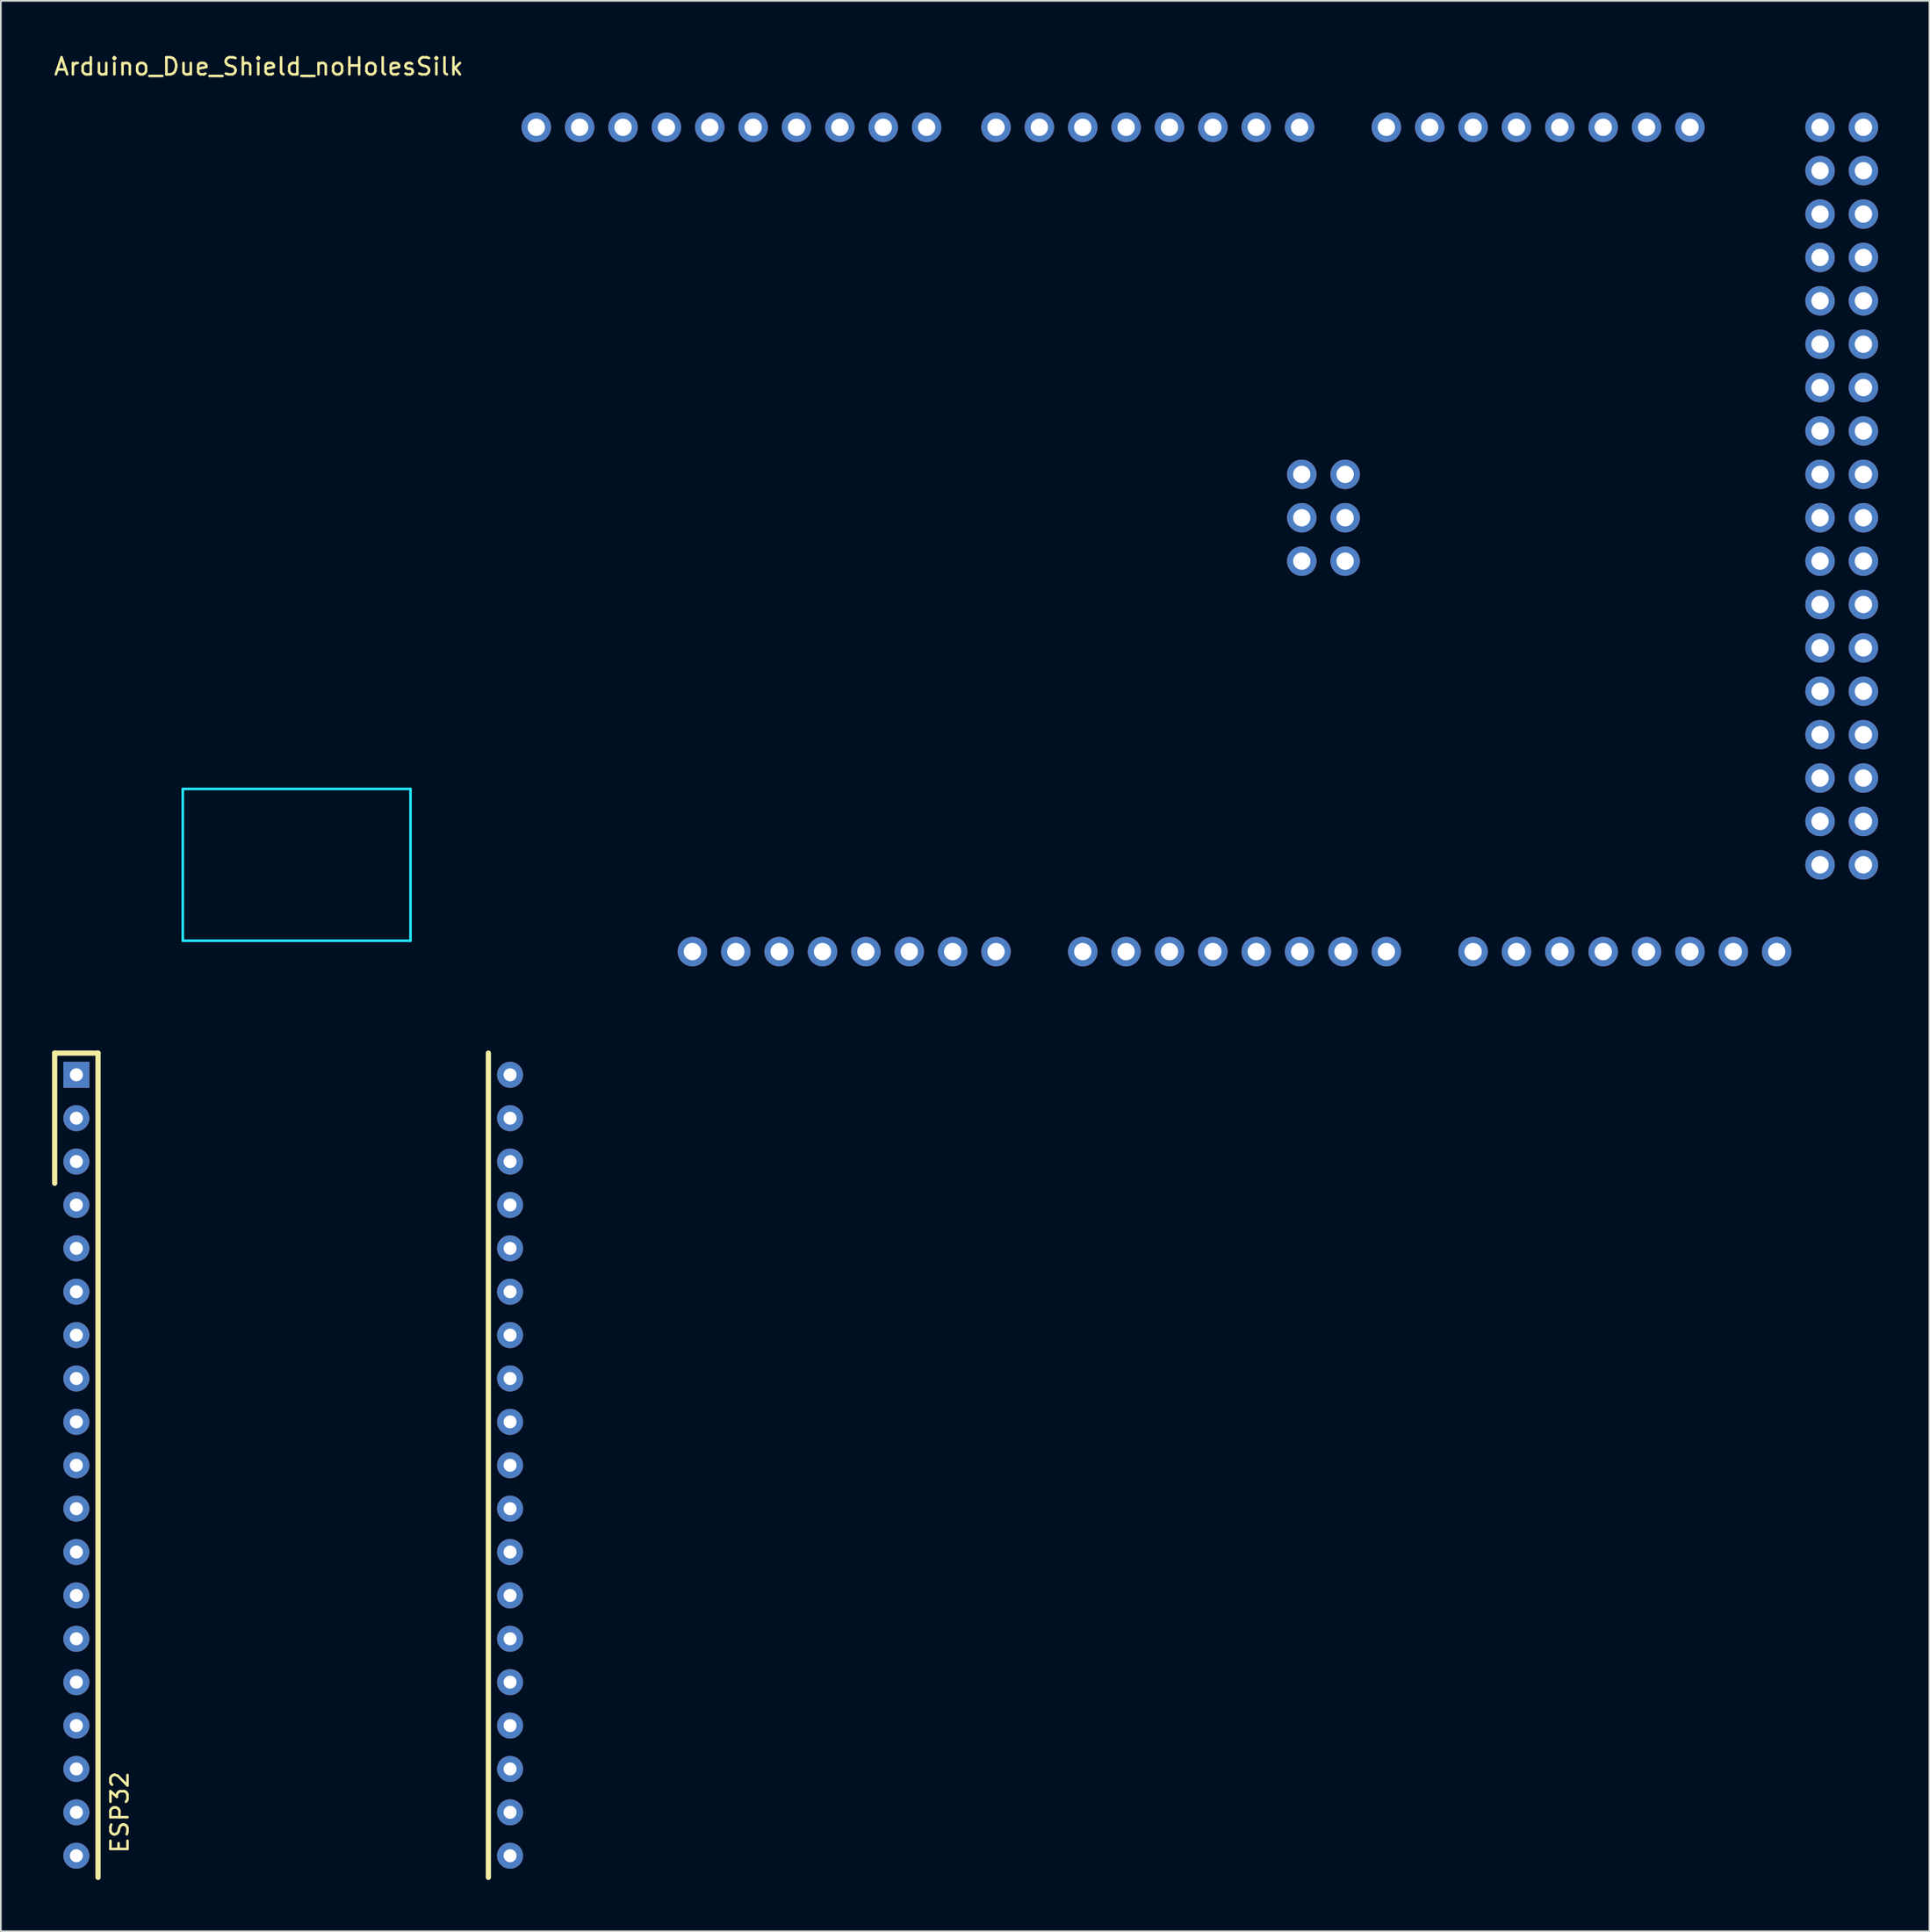
<source format=kicad_pcb>
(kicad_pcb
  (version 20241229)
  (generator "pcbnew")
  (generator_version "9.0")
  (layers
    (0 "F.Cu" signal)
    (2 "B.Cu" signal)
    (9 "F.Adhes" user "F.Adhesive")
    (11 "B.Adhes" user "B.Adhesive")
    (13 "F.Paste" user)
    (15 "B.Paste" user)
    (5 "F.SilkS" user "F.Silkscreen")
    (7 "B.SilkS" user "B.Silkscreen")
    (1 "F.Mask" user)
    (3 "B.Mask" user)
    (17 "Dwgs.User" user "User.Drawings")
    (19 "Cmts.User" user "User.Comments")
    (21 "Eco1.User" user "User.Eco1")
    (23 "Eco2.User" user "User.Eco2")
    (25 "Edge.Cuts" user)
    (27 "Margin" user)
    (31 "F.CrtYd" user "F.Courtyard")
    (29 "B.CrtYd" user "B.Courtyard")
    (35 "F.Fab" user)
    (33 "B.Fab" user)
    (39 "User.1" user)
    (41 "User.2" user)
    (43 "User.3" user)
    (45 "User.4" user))
  (footprint "ESP32"
    (layer "F.Cu")
    (at 14.122 82.737)
    (property "Reference" "ESP32" (at -10.16 20.32 90) (layer "F.SilkS") (effects (font (size 1 1) (thickness 0.15))))
    (attr through_hole)
    (fp_line (start -13.97 -24.13) (end -13.97 -16.51) (stroke (width 0.305) (type solid)) (layer "F.SilkS"))
    (fp_line (start -11.43 -24.13) (end -13.97 -24.13) (stroke (width 0.305) (type solid)) (layer "F.SilkS"))
    (fp_line (start -11.43 -24.13) (end -11.43 24.13) (stroke (width 0.305) (type solid)) (layer "F.SilkS"))
    (fp_line (start 11.43 24.13) (end 11.43 -24.13) (stroke (width 0.305) (type solid)) (layer "F.SilkS"))
    (pad "1" thru_hole rect (at -12.7 -22.86) (size 1.524 1.524) (drill 0.762) (layers "*.Cu" "*.Mask"))
    (pad "2" thru_hole circle (at -12.7 -20.32) (size 1.524 1.524) (drill 0.762) (layers "*.Cu" "*.Mask"))
    (pad "3" thru_hole circle (at -12.7 -17.78) (size 1.524 1.524) (drill 0.762) (layers "*.Cu" "*.Mask"))
    (pad "4" thru_hole circle (at -12.7 -15.24) (size 1.524 1.524) (drill 0.762) (layers "*.Cu" "*.Mask"))
    (pad "5" thru_hole circle (at -12.7 -12.7) (size 1.524 1.524) (drill 0.762) (layers "*.Cu" "*.Mask"))
    (pad "6" thru_hole circle (at -12.7 -10.16) (size 1.524 1.524) (drill 0.762) (layers "*.Cu" "*.Mask"))
    (pad "7" thru_hole circle (at -12.7 -7.62) (size 1.524 1.524) (drill 0.762) (layers "*.Cu" "*.Mask"))
    (pad "8" thru_hole circle (at -12.7 -5.08) (size 1.524 1.524) (drill 0.762) (layers "*.Cu" "*.Mask"))
    (pad "9" thru_hole circle (at -12.7 -2.54) (size 1.524 1.524) (drill 0.762) (layers "*.Cu" "*.Mask"))
    (pad "10" thru_hole circle (at -12.7 0) (size 1.524 1.524) (drill 0.762) (layers "*.Cu" "*.Mask"))
    (pad "11" thru_hole circle (at -12.7 2.54) (size 1.524 1.524) (drill 0.762) (layers "*.Cu" "*.Mask"))
    (pad "12" thru_hole circle (at -12.7 5.08) (size 1.524 1.524) (drill 0.762) (layers "*.Cu" "*.Mask"))
    (pad "13" thru_hole circle (at -12.7 7.62) (size 1.524 1.524) (drill 0.762) (layers "*.Cu" "*.Mask"))
    (pad "14" thru_hole circle (at -12.7 10.16) (size 1.524 1.524) (drill 0.762) (layers "*.Cu" "*.Mask"))
    (pad "15" thru_hole circle (at -12.7 12.7) (size 1.524 1.524) (drill 0.762) (layers "*.Cu" "*.Mask"))
    (pad "16" thru_hole circle (at -12.7 15.24) (size 1.524 1.524) (drill 0.762) (layers "*.Cu" "*.Mask"))
    (pad "17" thru_hole circle (at -12.7 17.78) (size 1.524 1.524) (drill 0.762) (layers "*.Cu" "*.Mask"))
    (pad "18" thru_hole circle (at -12.7 20.32) (size 1.524 1.524) (drill 0.762) (layers "*.Cu" "*.Mask"))
    (pad "19" thru_hole circle (at -12.7 22.86) (size 1.524 1.524) (drill 0.762) (layers "*.Cu" "*.Mask"))
    (pad "20" thru_hole circle (at 12.7 22.86) (size 1.524 1.524) (drill 0.762) (layers "*.Cu" "*.Mask"))
    (pad "21" thru_hole circle (at 12.7 20.32) (size 1.524 1.524) (drill 0.762) (layers "*.Cu" "*.Mask"))
    (pad "22" thru_hole circle (at 12.7 17.78) (size 1.524 1.524) (drill 0.762) (layers "*.Cu" "*.Mask"))
    (pad "23" thru_hole circle (at 12.7 15.24) (size 1.524 1.524) (drill 0.762) (layers "*.Cu" "*.Mask"))
    (pad "24" thru_hole circle (at 12.7 12.7) (size 1.524 1.524) (drill 0.762) (layers "*.Cu" "*.Mask"))
    (pad "25" thru_hole circle (at 12.7 10.16) (size 1.524 1.524) (drill 0.762) (layers "*.Cu" "*.Mask"))
    (pad "26" thru_hole circle (at 12.7 7.62) (size 1.524 1.524) (drill 0.762) (layers "*.Cu" "*.Mask"))
    (pad "27" thru_hole circle (at 12.7 5.08) (size 1.524 1.524) (drill 0.762) (layers "*.Cu" "*.Mask"))
    (pad "28" thru_hole circle (at 12.7 2.54) (size 1.524 1.524) (drill 0.762) (layers "*.Cu" "*.Mask"))
    (pad "29" thru_hole circle (at 12.7 0) (size 1.524 1.524) (drill 0.762) (layers "*.Cu" "*.Mask"))
    (pad "30" thru_hole circle (at 12.7 -2.54) (size 1.524 1.524) (drill 0.762) (layers "*.Cu" "*.Mask"))
    (pad "31" thru_hole circle (at 12.7 -5.08) (size 1.524 1.524) (drill 0.762) (layers "*.Cu" "*.Mask"))
    (pad "32" thru_hole circle (at 12.7 -7.62) (size 1.524 1.524) (drill 0.762) (layers "*.Cu" "*.Mask"))
    (pad "33" thru_hole circle (at 12.7 -10.16) (size 1.524 1.524) (drill 0.762) (layers "*.Cu" "*.Mask"))
    (pad "34" thru_hole circle (at 12.7 -12.7) (size 1.524 1.524) (drill 0.762) (layers "*.Cu" "*.Mask"))
    (pad "35" thru_hole circle (at 12.7 -15.24) (size 1.524 1.524) (drill 0.762) (layers "*.Cu" "*.Mask"))
    (pad "36" thru_hole circle (at 12.7 -17.78) (size 1.524 1.524) (drill 0.762) (layers "*.Cu" "*.Mask"))
    (pad "37" thru_hole circle (at 12.7 -20.32) (size 1.524 1.524) (drill 0.762) (layers "*.Cu" "*.Mask"))
    (pad "38" thru_hole circle (at 12.7 -22.86) (size 1.524 1.524) (drill 0.762) (layers "*.Cu" "*.Mask")))
  (footprint "Arduino_Due_Shield_noHolesSilk"
    (layer "F.Cu")
    (at 9.561 55.204)
    (property "Reference" "Arduino_Due_Shield_noHolesSilk" (at 2.54 -54.356 0) (layer "F.SilkS") (effects (font (size 1 1) (thickness 0.15))))
    (attr through_hole)
    (fp_line (start -1.905 -12.065) (end -1.905 -3.175) (stroke (width 0.15) (type solid)) (layer "B.CrtYd"))
    (fp_line (start -1.905 -12.065) (end 11.43 -12.065) (stroke (width 0.15) (type solid)) (layer "B.CrtYd"))
    (fp_line (start -1.905 -3.175) (end 11.43 -3.175) (stroke (width 0.15) (type solid)) (layer "B.CrtYd"))
    (fp_line (start 11.43 -12.065) (end 11.43 -3.175) (stroke (width 0.15) (type solid)) (layer "B.CrtYd"))
    (pad "" thru_hole oval (at 27.94 -2.54) (size 1.727 1.727) (drill 1.016) (layers "*.Cu" "*.Mask"))
    (pad "3V3" thru_hole oval (at 35.56 -2.54) (size 1.727 1.727) (drill 1.016) (layers "*.Cu" "*.Mask"))
    (pad "5V1" thru_hole oval (at 38.1 -2.54) (size 1.727 1.727) (drill 1.016) (layers "*.Cu" "*.Mask"))
    (pad "5V2" thru_hole oval (at 66.167 -30.48) (size 1.727 1.727) (drill 1.016) (layers "*.Cu" "*.Mask"))
    (pad "5V3" thru_hole oval (at 93.98 -50.8) (size 1.727 1.727) (drill 1.016) (layers "*.Cu" "*.Mask"))
    (pad "5V4" thru_hole oval (at 96.52 -50.8) (size 1.727 1.727) (drill 1.016) (layers "*.Cu" "*.Mask"))
    (pad "A0" thru_hole oval (at 50.8 -2.54) (size 1.727 1.727) (drill 1.016) (layers "*.Cu" "*.Mask"))
    (pad "A1" thru_hole oval (at 53.34 -2.54) (size 1.727 1.727) (drill 1.016) (layers "*.Cu" "*.Mask"))
    (pad "A2" thru_hole oval (at 55.88 -2.54) (size 1.727 1.727) (drill 1.016) (layers "*.Cu" "*.Mask"))
    (pad "A3" thru_hole oval (at 58.42 -2.54) (size 1.727 1.727) (drill 1.016) (layers "*.Cu" "*.Mask"))
    (pad "A4" thru_hole oval (at 60.96 -2.54) (size 1.727 1.727) (drill 1.016) (layers "*.Cu" "*.Mask"))
    (pad "A5" thru_hole oval (at 63.5 -2.54) (size 1.727 1.727) (drill 1.016) (layers "*.Cu" "*.Mask"))
    (pad "A6" thru_hole oval (at 66.04 -2.54) (size 1.727 1.727) (drill 1.016) (layers "*.Cu" "*.Mask"))
    (pad "A7" thru_hole oval (at 68.58 -2.54) (size 1.727 1.727) (drill 1.016) (layers "*.Cu" "*.Mask"))
    (pad "A8" thru_hole oval (at 73.66 -2.54) (size 1.727 1.727) (drill 1.016) (layers "*.Cu" "*.Mask"))
    (pad "A9" thru_hole oval (at 76.2 -2.54) (size 1.727 1.727) (drill 1.016) (layers "*.Cu" "*.Mask"))
    (pad "A10" thru_hole oval (at 78.74 -2.54) (size 1.727 1.727) (drill 1.016) (layers "*.Cu" "*.Mask"))
    (pad "A11" thru_hole oval (at 81.28 -2.54) (size 1.727 1.727) (drill 1.016) (layers "*.Cu" "*.Mask"))
    (pad "AREF" thru_hole oval (at 23.876 -50.8) (size 1.727 1.727) (drill 1.016) (layers "*.Cu" "*.Mask"))
    (pad "CANR" thru_hole oval (at 88.9 -2.54) (size 1.727 1.727) (drill 1.016) (layers "*.Cu" "*.Mask"))
    (pad "CANT" thru_hole oval (at 91.44 -2.54) (size 1.727 1.727) (drill 1.016) (layers "*.Cu" "*.Mask"))
    (pad "D0" thru_hole oval (at 63.5 -50.8) (size 1.727 1.727) (drill 1.016) (layers "*.Cu" "*.Mask"))
    (pad "D1" thru_hole oval (at 60.96 -50.8) (size 1.727 1.727) (drill 1.016) (layers "*.Cu" "*.Mask"))
    (pad "D2" thru_hole oval (at 58.42 -50.8) (size 1.727 1.727) (drill 1.016) (layers "*.Cu" "*.Mask"))
    (pad "D3" thru_hole oval (at 55.88 -50.8) (size 1.727 1.727) (drill 1.016) (layers "*.Cu" "*.Mask"))
    (pad "D4" thru_hole oval (at 53.34 -50.8) (size 1.727 1.727) (drill 1.016) (layers "*.Cu" "*.Mask"))
    (pad "D5" thru_hole oval (at 50.8 -50.8) (size 1.727 1.727) (drill 1.016) (layers "*.Cu" "*.Mask"))
    (pad "D6" thru_hole oval (at 48.26 -50.8) (size 1.727 1.727) (drill 1.016) (layers "*.Cu" "*.Mask"))
    (pad "D7" thru_hole oval (at 45.72 -50.8) (size 1.727 1.727) (drill 1.016) (layers "*.Cu" "*.Mask"))
    (pad "D8" thru_hole oval (at 41.656 -50.8) (size 1.727 1.727) (drill 1.016) (layers "*.Cu" "*.Mask"))
    (pad "D9" thru_hole oval (at 39.116 -50.8) (size 1.727 1.727) (drill 1.016) (layers "*.Cu" "*.Mask"))
    (pad "D10" thru_hole oval (at 36.576 -50.8) (size 1.727 1.727) (drill 1.016) (layers "*.Cu" "*.Mask"))
    (pad "D11" thru_hole oval (at 34.036 -50.8) (size 1.727 1.727) (drill 1.016) (layers "*.Cu" "*.Mask"))
    (pad "D12" thru_hole oval (at 31.496 -50.8) (size 1.727 1.727) (drill 1.016) (layers "*.Cu" "*.Mask"))
    (pad "D13" thru_hole oval (at 28.956 -50.8) (size 1.727 1.727) (drill 1.016) (layers "*.Cu" "*.Mask"))
    (pad "D14" thru_hole oval (at 68.58 -50.8) (size 1.727 1.727) (drill 1.016) (layers "*.Cu" "*.Mask"))
    (pad "D15" thru_hole oval (at 71.12 -50.8) (size 1.727 1.727) (drill 1.016) (layers "*.Cu" "*.Mask"))
    (pad "D16" thru_hole oval (at 73.66 -50.8) (size 1.727 1.727) (drill 1.016) (layers "*.Cu" "*.Mask"))
    (pad "D17" thru_hole oval (at 76.2 -50.8) (size 1.727 1.727) (drill 1.016) (layers "*.Cu" "*.Mask"))
    (pad "D18" thru_hole oval (at 78.74 -50.8) (size 1.727 1.727) (drill 1.016) (layers "*.Cu" "*.Mask"))
    (pad "D19" thru_hole oval (at 81.28 -50.8) (size 1.727 1.727) (drill 1.016) (layers "*.Cu" "*.Mask"))
    (pad "D20" thru_hole oval (at 83.82 -50.8) (size 1.727 1.727) (drill 1.016) (layers "*.Cu" "*.Mask"))
    (pad "D21" thru_hole oval (at 86.36 -50.8) (size 1.727 1.727) (drill 1.016) (layers "*.Cu" "*.Mask"))
    (pad "D22" thru_hole oval (at 93.98 -48.26) (size 1.727 1.727) (drill 1.016) (layers "*.Cu" "*.Mask"))
    (pad "D23" thru_hole oval (at 96.52 -48.26) (size 1.727 1.727) (drill 1.016) (layers "*.Cu" "*.Mask"))
    (pad "D24" thru_hole oval (at 93.98 -45.72) (size 1.727 1.727) (drill 1.016) (layers "*.Cu" "*.Mask"))
    (pad "D25" thru_hole oval (at 96.52 -45.72) (size 1.727 1.727) (drill 1.016) (layers "*.Cu" "*.Mask"))
    (pad "D26" thru_hole oval (at 93.98 -43.18) (size 1.727 1.727) (drill 1.016) (layers "*.Cu" "*.Mask"))
    (pad "D27" thru_hole oval (at 96.52 -43.18) (size 1.727 1.727) (drill 1.016) (layers "*.Cu" "*.Mask"))
    (pad "D28" thru_hole oval (at 93.98 -40.64) (size 1.727 1.727) (drill 1.016) (layers "*.Cu" "*.Mask"))
    (pad "D29" thru_hole oval (at 96.52 -40.64) (size 1.727 1.727) (drill 1.016) (layers "*.Cu" "*.Mask"))
    (pad "D30" thru_hole oval (at 93.98 -38.1) (size 1.727 1.727) (drill 1.016) (layers "*.Cu" "*.Mask"))
    (pad "D31" thru_hole oval (at 96.52 -38.1) (size 1.727 1.727) (drill 1.016) (layers "*.Cu" "*.Mask"))
    (pad "D32" thru_hole oval (at 93.98 -35.56) (size 1.727 1.727) (drill 1.016) (layers "*.Cu" "*.Mask"))
    (pad "D33" thru_hole oval (at 96.52 -35.56) (size 1.727 1.727) (drill 1.016) (layers "*.Cu" "*.Mask"))
    (pad "D34" thru_hole oval (at 93.98 -33.02) (size 1.727 1.727) (drill 1.016) (layers "*.Cu" "*.Mask"))
    (pad "D35" thru_hole oval (at 96.52 -33.02) (size 1.727 1.727) (drill 1.016) (layers "*.Cu" "*.Mask"))
    (pad "D36" thru_hole oval (at 93.98 -30.48) (size 1.727 1.727) (drill 1.016) (layers "*.Cu" "*.Mask"))
    (pad "D37" thru_hole oval (at 96.52 -30.48) (size 1.727 1.727) (drill 1.016) (layers "*.Cu" "*.Mask"))
    (pad "D38" thru_hole oval (at 93.98 -27.94) (size 1.727 1.727) (drill 1.016) (layers "*.Cu" "*.Mask"))
    (pad "D39" thru_hole oval (at 96.52 -27.94) (size 1.727 1.727) (drill 1.016) (layers "*.Cu" "*.Mask"))
    (pad "D40" thru_hole oval (at 93.98 -25.4) (size 1.727 1.727) (drill 1.016) (layers "*.Cu" "*.Mask"))
    (pad "D41" thru_hole oval (at 96.52 -25.4) (size 1.727 1.727) (drill 1.016) (layers "*.Cu" "*.Mask"))
    (pad "D42" thru_hole oval (at 93.98 -22.86) (size 1.727 1.727) (drill 1.016) (layers "*.Cu" "*.Mask"))
    (pad "D43" thru_hole oval (at 96.52 -22.86) (size 1.727 1.727) (drill 1.016) (layers "*.Cu" "*.Mask"))
    (pad "D44" thru_hole oval (at 93.98 -20.32) (size 1.727 1.727) (drill 1.016) (layers "*.Cu" "*.Mask"))
    (pad "D45" thru_hole oval (at 96.52 -20.32) (size 1.727 1.727) (drill 1.016) (layers "*.Cu" "*.Mask"))
    (pad "D46" thru_hole oval (at 93.98 -17.78) (size 1.727 1.727) (drill 1.016) (layers "*.Cu" "*.Mask"))
    (pad "D47" thru_hole oval (at 96.52 -17.78) (size 1.727 1.727) (drill 1.016) (layers "*.Cu" "*.Mask"))
    (pad "D48" thru_hole oval (at 93.98 -15.24) (size 1.727 1.727) (drill 1.016) (layers "*.Cu" "*.Mask"))
    (pad "D49" thru_hole oval (at 96.52 -15.24) (size 1.727 1.727) (drill 1.016) (layers "*.Cu" "*.Mask"))
    (pad "D50" thru_hole oval (at 93.98 -12.7) (size 1.727 1.727) (drill 1.016) (layers "*.Cu" "*.Mask"))
    (pad "D51" thru_hole oval (at 96.52 -12.7) (size 1.727 1.727) (drill 1.016) (layers "*.Cu" "*.Mask"))
    (pad "D52" thru_hole oval (at 93.98 -10.16) (size 1.727 1.727) (drill 1.016) (layers "*.Cu" "*.Mask"))
    (pad "D53" thru_hole oval (at 96.52 -10.16) (size 1.727 1.727) (drill 1.016) (layers "*.Cu" "*.Mask"))
    (pad "DAC0" thru_hole oval (at 83.82 -2.54) (size 1.727 1.727) (drill 1.016) (layers "*.Cu" "*.Mask"))
    (pad "DAC1" thru_hole oval (at 86.36 -2.54) (size 1.727 1.727) (drill 1.016) (layers "*.Cu" "*.Mask"))
    (pad "GND1" thru_hole oval (at 26.416 -50.8) (size 1.727 1.727) (drill 1.016) (layers "*.Cu" "*.Mask"))
    (pad "GND2" thru_hole oval (at 40.64 -2.54) (size 1.727 1.727) (drill 1.016) (layers "*.Cu" "*.Mask"))
    (pad "GND3" thru_hole oval (at 43.18 -2.54) (size 1.727 1.727) (drill 1.016) (layers "*.Cu" "*.Mask"))
    (pad "GND4" thru_hole oval (at 66.167 -25.4) (size 1.727 1.727) (drill 1.016) (layers "*.Cu" "*.Mask"))
    (pad "GND5" thru_hole oval (at 93.98 -7.62) (size 1.727 1.727) (drill 1.016) (layers "*.Cu" "*.Mask"))
    (pad "GND6" thru_hole oval (at 96.52 -7.62) (size 1.727 1.727) (drill 1.016) (layers "*.Cu" "*.Mask"))
    (pad "IORF" thru_hole oval (at 30.48 -2.54) (size 1.727 1.727) (drill 1.016) (layers "*.Cu" "*.Mask"))
    (pad "MISO" thru_hole oval (at 63.627 -30.48) (size 1.727 1.727) (drill 1.016) (layers "*.Cu" "*.Mask"))
    (pad "MOSI" thru_hole oval (at 66.167 -27.94) (size 1.727 1.727) (drill 1.016) (layers "*.Cu" "*.Mask"))
    (pad "RST1" thru_hole oval (at 33.02 -2.54) (size 1.727 1.727) (drill 1.016) (layers "*.Cu" "*.Mask"))
    (pad "RST2" thru_hole oval (at 63.627 -25.4) (size 1.727 1.727) (drill 1.016) (layers "*.Cu" "*.Mask"))
    (pad "SCK" thru_hole oval (at 63.627 -27.94) (size 1.727 1.727) (drill 1.016) (layers "*.Cu" "*.Mask"))
    (pad "SCL1" thru_hole oval (at 18.796 -50.8) (size 1.727 1.727) (drill 1.016) (layers "*.Cu" "*.Mask"))
    (pad "SDA1" thru_hole oval (at 21.336 -50.8) (size 1.727 1.727) (drill 1.016) (layers "*.Cu" "*.Mask"))
    (pad "VIN" thru_hole oval (at 45.72 -2.54) (size 1.727 1.727) (drill 1.016) (layers "*.Cu" "*.Mask")))
  (gr_rect
    (start -3 -3)
    (end 109.945 110.019)
    (stroke (width 0.1) (type default))
    (fill no)
    (layer "Edge.Cuts")))
</source>
